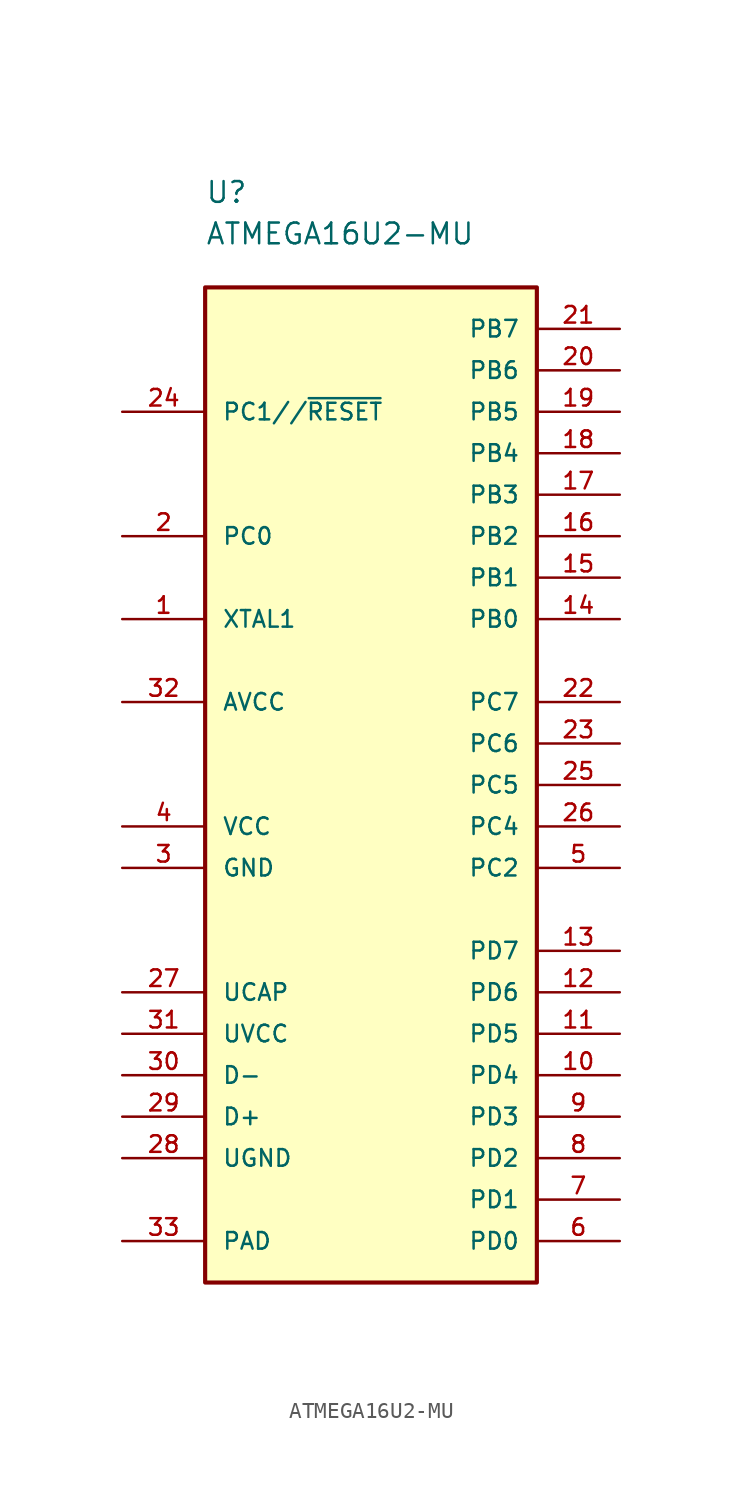
<source format=kicad_sym>
(kicad_symbol_lib
  (version 20220914)
  (generator kicad_symbol_editor)
  (symbol "ATMEGA16U2-MU"
    (pin_names
      (offset 1.016))
    (property "Reference" "U"
      (at -10.16 33.02 0)
      (effects (font (size 1.27 1.27)) (justify left bottom)))
    (property "Value" "ATMEGA16U2-MU"
      (at -10.16 30.48 0)
      (effects (font (size 1.27 1.27)) (justify left bottom)))
    (symbol "ATMEGA16U2-MU_0_0"
      (rectangle (start -10.16 -33.02) (end 10.16 27.94) (stroke (width 0.254) (type solid)) (fill (type background)))
      (pin input line (at -15.24 7.62 0) (length 5.08) (name "XTAL1" (effects (font (size 1.016 1.016)))) (number "1" (effects (font (size 1.016 1.016)))))
      (pin bidirectional line (at 15.24 -20.32 180) (length 5.08) (name "PD4" (effects (font (size 1.016 1.016)))) (number "10" (effects (font (size 1.016 1.016)))))
      (pin bidirectional line (at 15.24 -17.78 180) (length 5.08) (name "PD5" (effects (font (size 1.016 1.016)))) (number "11" (effects (font (size 1.016 1.016)))))
      (pin bidirectional line (at 15.24 -15.24 180) (length 5.08) (name "PD6" (effects (font (size 1.016 1.016)))) (number "12" (effects (font (size 1.016 1.016)))))
      (pin bidirectional line (at 15.24 -12.7 180) (length 5.08) (name "PD7" (effects (font (size 1.016 1.016)))) (number "13" (effects (font (size 1.016 1.016)))))
      (pin bidirectional line (at 15.24 7.62 180) (length 5.08) (name "PB0" (effects (font (size 1.016 1.016)))) (number "14" (effects (font (size 1.016 1.016)))))
      (pin bidirectional line (at 15.24 10.16 180) (length 5.08) (name "PB1" (effects (font (size 1.016 1.016)))) (number "15" (effects (font (size 1.016 1.016)))))
      (pin bidirectional line (at 15.24 12.7 180) (length 5.08) (name "PB2" (effects (font (size 1.016 1.016)))) (number "16" (effects (font (size 1.016 1.016)))))
      (pin bidirectional line (at 15.24 15.24 180) (length 5.08) (name "PB3" (effects (font (size 1.016 1.016)))) (number "17" (effects (font (size 1.016 1.016)))))
      (pin bidirectional line (at 15.24 17.78 180) (length 5.08) (name "PB4" (effects (font (size 1.016 1.016)))) (number "18" (effects (font (size 1.016 1.016)))))
      (pin bidirectional line (at 15.24 20.32 180) (length 5.08) (name "PB5" (effects (font (size 1.016 1.016)))) (number "19" (effects (font (size 1.016 1.016)))))
      (pin bidirectional line (at -15.24 12.7 0) (length 5.08) (name "PC0" (effects (font (size 1.016 1.016)))) (number "2" (effects (font (size 1.016 1.016)))))
      (pin bidirectional line (at 15.24 22.86 180) (length 5.08) (name "PB6" (effects (font (size 1.016 1.016)))) (number "20" (effects (font (size 1.016 1.016)))))
      (pin bidirectional line (at 15.24 25.4 180) (length 5.08) (name "PB7" (effects (font (size 1.016 1.016)))) (number "21" (effects (font (size 1.016 1.016)))))
      (pin bidirectional line (at 15.24 2.54 180) (length 5.08) (name "PC7" (effects (font (size 1.016 1.016)))) (number "22" (effects (font (size 1.016 1.016)))))
      (pin bidirectional line (at 15.24 0 180) (length 5.08) (name "PC6" (effects (font (size 1.016 1.016)))) (number "23" (effects (font (size 1.016 1.016)))))
      (pin bidirectional line (at -15.24 20.32 0) (length 5.08) (name "PC1//~{RESET}" (effects (font (size 1.016 1.016)))) (number "24" (effects (font (size 1.016 1.016)))))
      (pin bidirectional line (at 15.24 -2.54 180) (length 5.08) (name "PC5" (effects (font (size 1.016 1.016)))) (number "25" (effects (font (size 1.016 1.016)))))
      (pin bidirectional line (at 15.24 -5.08 180) (length 5.08) (name "PC4" (effects (font (size 1.016 1.016)))) (number "26" (effects (font (size 1.016 1.016)))))
      (pin output line (at -15.24 -15.24 0) (length 5.08) (name "UCAP" (effects (font (size 1.016 1.016)))) (number "27" (effects (font (size 1.016 1.016)))))
      (pin power_in line (at -15.24 -25.4 0) (length 5.08) (name "UGND" (effects (font (size 1.016 1.016)))) (number "28" (effects (font (size 1.016 1.016)))))
      (pin bidirectional line (at -15.24 -22.86 0) (length 5.08) (name "D+" (effects (font (size 1.016 1.016)))) (number "29" (effects (font (size 1.016 1.016)))))
      (pin power_in line (at -15.24 -7.62 0) (length 5.08) (name "GND" (effects (font (size 1.016 1.016)))) (number "3" (effects (font (size 1.016 1.016)))))
      (pin bidirectional line (at -15.24 -20.32 0) (length 5.08) (name "D-" (effects (font (size 1.016 1.016)))) (number "30" (effects (font (size 1.016 1.016)))))
      (pin power_in line (at -15.24 -17.78 0) (length 5.08) (name "UVCC" (effects (font (size 1.016 1.016)))) (number "31" (effects (font (size 1.016 1.016)))))
      (pin power_in line (at -15.24 2.54 0) (length 5.08) (name "AVCC" (effects (font (size 1.016 1.016)))) (number "32" (effects (font (size 1.016 1.016)))))
      (pin power_in line (at -15.24 -30.48 0) (length 5.08) (name "PAD" (effects (font (size 1.016 1.016)))) (number "33" (effects (font (size 1.016 1.016)))))
      (pin power_in line (at -15.24 -5.08 0) (length 5.08) (name "VCC" (effects (font (size 1.016 1.016)))) (number "4" (effects (font (size 1.016 1.016)))))
      (pin bidirectional line (at 15.24 -7.62 180) (length 5.08) (name "PC2" (effects (font (size 1.016 1.016)))) (number "5" (effects (font (size 1.016 1.016)))))
      (pin bidirectional line (at 15.24 -30.48 180) (length 5.08) (name "PD0" (effects (font (size 1.016 1.016)))) (number "6" (effects (font (size 1.016 1.016)))))
      (pin bidirectional line (at 15.24 -27.94 180) (length 5.08) (name "PD1" (effects (font (size 1.016 1.016)))) (number "7" (effects (font (size 1.016 1.016)))))
      (pin bidirectional line (at 15.24 -25.4 180) (length 5.08) (name "PD2" (effects (font (size 1.016 1.016)))) (number "8" (effects (font (size 1.016 1.016)))))
      (pin bidirectional line (at 15.24 -22.86 180) (length 5.08) (name "PD3" (effects (font (size 1.016 1.016)))) (number "9" (effects (font (size 1.016 1.016))))))))
</source>
